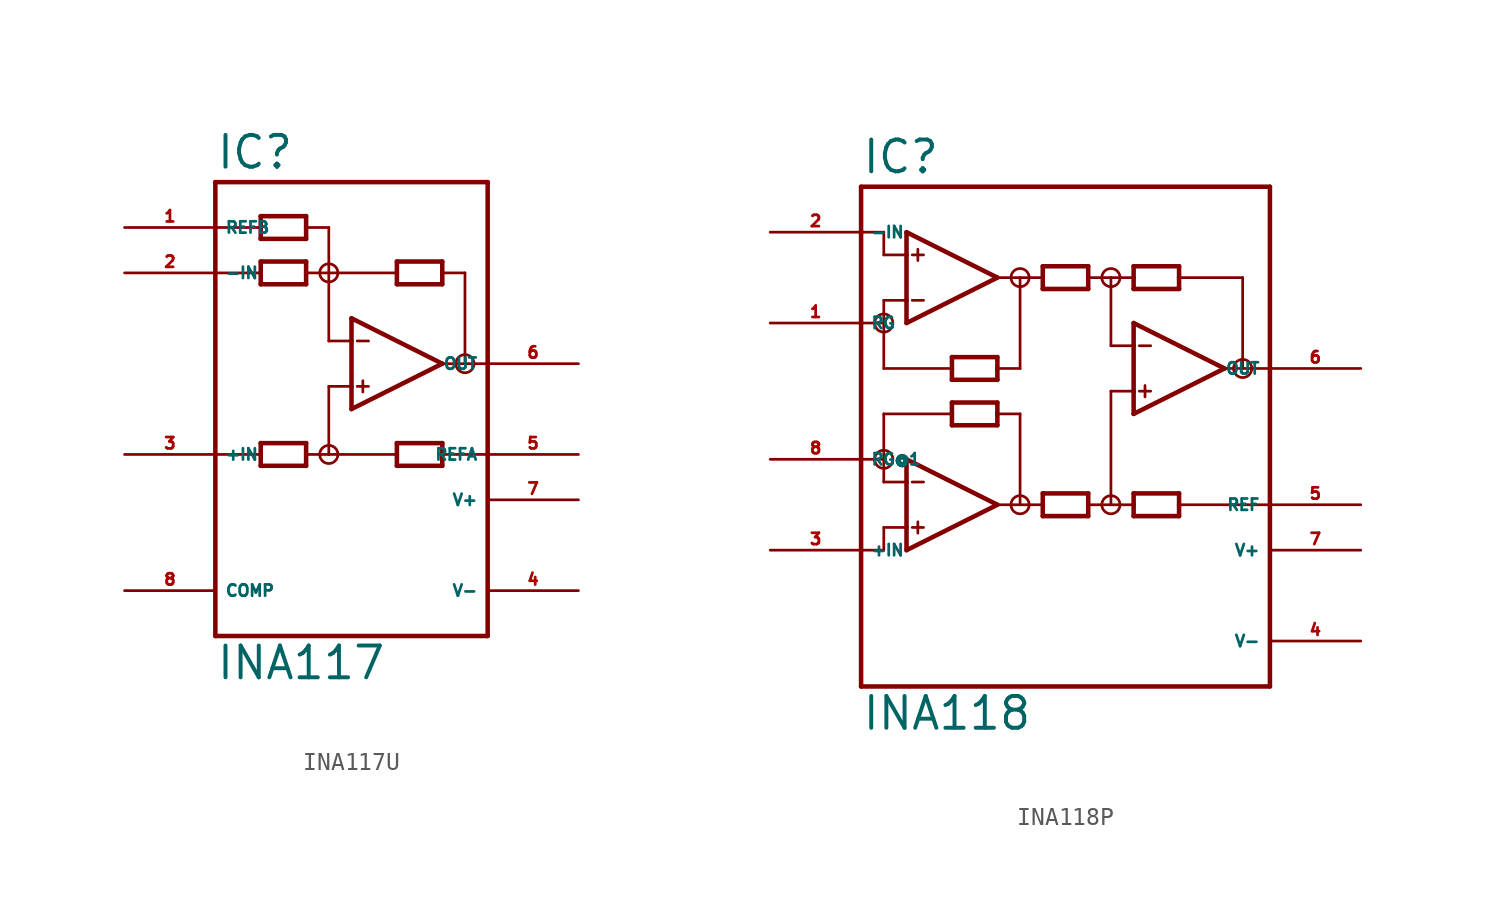
<source format=kicad_sym>
(kicad_symbol_lib
  (version 20220914)
  (generator Eagle2Kicad)
  (symbol "INA117U"
    (property "Reference" "IC"
      (at -7.62 10.795 0)
      (effects (font (size 1.778 1.778) (thickness 0.22)) (justify left bottom)))
    (property "Value" "INA117"
      (at -7.62 -17.78 0)
      (effects (font (size 1.778 1.778) (thickness 0.22)) (justify left bottom)))
    (polyline
      (pts (xy 0 -2.54) (xy 0 -1.27))
      (stroke (width 0.254) (type default))
      (fill (type none)))
    (polyline
      (pts (xy 0 -1.27) (xy 0 1.27))
      (stroke (width 0.254) (type default))
      (fill (type none)))
    (polyline
      (pts (xy 0 1.27) (xy 0 2.54))
      (stroke (width 0.254) (type default))
      (fill (type none)))
    (polyline
      (pts (xy 0 2.54) (xy 5.08 0))
      (stroke (width 0.254) (type default))
      (fill (type none)))
    (polyline
      (pts (xy 5.08 0) (xy 0 -2.54))
      (stroke (width 0.254) (type default))
      (fill (type none)))
    (polyline
      (pts (xy -2.54 4.445) (xy -2.54 5.08))
      (stroke (width 0.254) (type default))
      (fill (type none)))
    (polyline
      (pts (xy -2.54 5.08) (xy -2.54 5.715))
      (stroke (width 0.254) (type default))
      (fill (type none)))
    (polyline
      (pts (xy -2.54 5.715) (xy -5.08 5.715))
      (stroke (width 0.254) (type default))
      (fill (type none)))
    (polyline
      (pts (xy -5.08 5.715) (xy -5.08 5.08))
      (stroke (width 0.254) (type default))
      (fill (type none)))
    (polyline
      (pts (xy -5.08 5.08) (xy -5.08 4.445))
      (stroke (width 0.254) (type default))
      (fill (type none)))
    (polyline
      (pts (xy -5.08 4.445) (xy -2.54 4.445))
      (stroke (width 0.254) (type default))
      (fill (type none)))
    (polyline
      (pts (xy 2.54 4.445) (xy 2.54 5.08))
      (stroke (width 0.254) (type default))
      (fill (type none)))
    (polyline
      (pts (xy 2.54 5.08) (xy 2.54 5.715))
      (stroke (width 0.254) (type default))
      (fill (type none)))
    (polyline
      (pts (xy 2.54 5.715) (xy 5.08 5.715))
      (stroke (width 0.254) (type default))
      (fill (type none)))
    (polyline
      (pts (xy 5.08 5.715) (xy 5.08 5.08))
      (stroke (width 0.254) (type default))
      (fill (type none)))
    (polyline
      (pts (xy 5.08 5.08) (xy 5.08 4.445))
      (stroke (width 0.254) (type default))
      (fill (type none)))
    (polyline
      (pts (xy 5.08 4.445) (xy 2.54 4.445))
      (stroke (width 0.254) (type default))
      (fill (type none)))
    (polyline
      (pts (xy 0 1.27) (xy -1.27 1.27))
      (stroke (width 0.152) (type default))
      (fill (type none)))
    (polyline
      (pts (xy -2.54 -4.445) (xy -2.54 -5.08))
      (stroke (width 0.254) (type default))
      (fill (type none)))
    (polyline
      (pts (xy -2.54 -5.08) (xy -2.54 -5.715))
      (stroke (width 0.254) (type default))
      (fill (type none)))
    (polyline
      (pts (xy -2.54 -5.715) (xy -5.08 -5.715))
      (stroke (width 0.254) (type default))
      (fill (type none)))
    (polyline
      (pts (xy -5.08 -5.715) (xy -5.08 -5.08))
      (stroke (width 0.254) (type default))
      (fill (type none)))
    (polyline
      (pts (xy -5.08 -5.08) (xy -5.08 -4.445))
      (stroke (width 0.254) (type default))
      (fill (type none)))
    (polyline
      (pts (xy -5.08 -4.445) (xy -2.54 -4.445))
      (stroke (width 0.254) (type default))
      (fill (type none)))
    (polyline
      (pts (xy 2.54 -4.445) (xy 2.54 -5.08))
      (stroke (width 0.254) (type default))
      (fill (type none)))
    (polyline
      (pts (xy 2.54 -5.08) (xy 2.54 -5.715))
      (stroke (width 0.254) (type default))
      (fill (type none)))
    (polyline
      (pts (xy 2.54 -5.715) (xy 5.08 -5.715))
      (stroke (width 0.254) (type default))
      (fill (type none)))
    (polyline
      (pts (xy 5.08 -5.715) (xy 5.08 -5.08))
      (stroke (width 0.254) (type default))
      (fill (type none)))
    (polyline
      (pts (xy 5.08 -5.08) (xy 5.08 -4.445))
      (stroke (width 0.254) (type default))
      (fill (type none)))
    (polyline
      (pts (xy 5.08 -4.445) (xy 2.54 -4.445))
      (stroke (width 0.254) (type default))
      (fill (type none)))
    (polyline
      (pts (xy -1.27 1.27) (xy -1.27 5.08))
      (stroke (width 0.152) (type default))
      (fill (type none)))
    (polyline
      (pts (xy -1.27 5.08) (xy -2.54 5.08))
      (stroke (width 0.152) (type default))
      (fill (type none)))
    (polyline
      (pts (xy -1.27 5.08) (xy 2.54 5.08))
      (stroke (width 0.152) (type default))
      (fill (type none)))
    (polyline
      (pts (xy 0 -1.27) (xy -1.27 -1.27))
      (stroke (width 0.152) (type default))
      (fill (type none)))
    (polyline
      (pts (xy -1.27 -1.27) (xy -1.27 -5.08))
      (stroke (width 0.152) (type default))
      (fill (type none)))
    (polyline
      (pts (xy -1.27 -5.08) (xy -2.54 -5.08))
      (stroke (width 0.152) (type default))
      (fill (type none)))
    (polyline
      (pts (xy -1.27 -5.08) (xy 2.54 -5.08))
      (stroke (width 0.152) (type default))
      (fill (type none)))
    (polyline
      (pts (xy 0.318 1.27) (xy 0.953 1.27))
      (stroke (width 0.152) (type default))
      (fill (type none)))
    (polyline
      (pts (xy 0.318 -1.27) (xy 0.953 -1.27))
      (stroke (width 0.152) (type default))
      (fill (type none)))
    (polyline
      (pts (xy 0.635 -0.953) (xy 0.635 -1.587))
      (stroke (width 0.152) (type default))
      (fill (type none)))
    (polyline
      (pts (xy -7.62 5.08) (xy -5.08 5.08))
      (stroke (width 0.152) (type default))
      (fill (type none)))
    (polyline
      (pts (xy 6.35 5.08) (xy 5.08 5.08))
      (stroke (width 0.152) (type default))
      (fill (type none)))
    (polyline
      (pts (xy 5.08 0) (xy 6.35 0))
      (stroke (width 0.152) (type default))
      (fill (type none)))
    (polyline
      (pts (xy 6.35 0) (xy 7.62 0))
      (stroke (width 0.152) (type default))
      (fill (type none)))
    (polyline
      (pts (xy 7.62 -5.08) (xy 5.08 -5.08))
      (stroke (width 0.152) (type default))
      (fill (type none)))
    (polyline
      (pts (xy -7.62 -5.08) (xy -5.08 -5.08))
      (stroke (width 0.152) (type default))
      (fill (type none)))
    (polyline
      (pts (xy -7.62 -15.24) (xy 7.62 -15.24))
      (stroke (width 0.254) (type default))
      (fill (type none)))
    (polyline
      (pts (xy 7.62 -15.24) (xy 7.62 10.16))
      (stroke (width 0.254) (type default))
      (fill (type none)))
    (polyline
      (pts (xy 7.62 10.16) (xy -7.62 10.16))
      (stroke (width 0.254) (type default))
      (fill (type none)))
    (polyline
      (pts (xy -7.62 10.16) (xy -7.62 7.62))
      (stroke (width 0.254) (type default))
      (fill (type none)))
    (polyline
      (pts (xy -7.62 7.62) (xy -7.62 -15.24))
      (stroke (width 0.254) (type default))
      (fill (type none)))
    (polyline
      (pts (xy -2.54 6.985) (xy -2.54 7.62))
      (stroke (width 0.254) (type default))
      (fill (type none)))
    (polyline
      (pts (xy -2.54 7.62) (xy -2.54 8.255))
      (stroke (width 0.254) (type default))
      (fill (type none)))
    (polyline
      (pts (xy -2.54 8.255) (xy -5.08 8.255))
      (stroke (width 0.254) (type default))
      (fill (type none)))
    (polyline
      (pts (xy -5.08 8.255) (xy -5.08 7.62))
      (stroke (width 0.254) (type default))
      (fill (type none)))
    (polyline
      (pts (xy -5.08 7.62) (xy -5.08 6.985))
      (stroke (width 0.254) (type default))
      (fill (type none)))
    (polyline
      (pts (xy -5.08 6.985) (xy -2.54 6.985))
      (stroke (width 0.254) (type default))
      (fill (type none)))
    (polyline
      (pts (xy -1.27 7.62) (xy -2.54 7.62))
      (stroke (width 0.152) (type default))
      (fill (type none)))
    (polyline
      (pts (xy -7.62 7.62) (xy -5.08 7.62))
      (stroke (width 0.152) (type default))
      (fill (type none)))
    (polyline
      (pts (xy 6.35 5.08) (xy 6.35 0))
      (stroke (width 0.152) (type default))
      (fill (type none)))
    (polyline
      (pts (xy -1.27 7.62) (xy -1.27 5.08))
      (stroke (width 0.152) (type default))
      (fill (type none)))
    (circle
      (center -1.27 -5.08)
      (radius 0.508)
      (stroke (width 0) (type default))
      (fill (type none)))
    (circle
      (center -1.27 5.08)
      (radius 0.508)
      (stroke (width 0) (type default))
      (fill (type none)))
    (circle
      (center 6.35 0)
      (radius 0.508)
      (stroke (width 0) (type default))
      (fill (type none)))
    (pin input line
      (at -12.7 5.08 0)
      (length 5.08)
      (name "-IN" (effects (font (size 0.635 0.635) (thickness 0.08)) (justify left bottom)))
      (number "2" (effects (font (size 0.635 0.635) (thickness 0.08)) (justify left bottom))))
    (pin input line
      (at -12.7 -5.08 0)
      (length 5.08)
      (name "+IN" (effects (font (size 0.635 0.635) (thickness 0.08)) (justify left bottom)))
      (number "3" (effects (font (size 0.635 0.635) (thickness 0.08)) (justify left bottom))))
    (pin output line
      (at 12.7 0 180)
      (length 5.08)
      (name "OUT" (effects (font (size 0.635 0.635) (thickness 0.08)) (justify left bottom)))
      (number "6" (effects (font (size 0.635 0.635) (thickness 0.08)) (justify left bottom))))
    (pin unspecified line
      (at 12.7 -7.62 180)
      (length 5.08)
      (name "V+" (effects (font (size 0.635 0.635) (thickness 0.08)) (justify left bottom)))
      (number "7" (effects (font (size 0.635 0.635) (thickness 0.08)) (justify left bottom))))
    (pin unspecified line
      (at 12.7 -12.7 180)
      (length 5.08)
      (name "V-" (effects (font (size 0.635 0.635) (thickness 0.08)) (justify left bottom)))
      (number "4" (effects (font (size 0.635 0.635) (thickness 0.08)) (justify left bottom))))
    (pin passive line
      (at -12.7 -12.7 0)
      (length 5.08)
      (name "COMP" (effects (font (size 0.635 0.635) (thickness 0.08)) (justify left bottom)))
      (number "8" (effects (font (size 0.635 0.635) (thickness 0.08)) (justify left bottom))))
    (pin input line
      (at 12.7 -5.08 180)
      (length 5.08)
      (name "REFA" (effects (font (size 0.635 0.635) (thickness 0.08)) (justify left bottom)))
      (number "5" (effects (font (size 0.635 0.635) (thickness 0.08)) (justify left bottom))))
    (pin input line
      (at -12.7 7.62 0)
      (length 5.08)
      (name "REFB" (effects (font (size 0.635 0.635) (thickness 0.08)) (justify left bottom)))
      (number "1" (effects (font (size 0.635 0.635) (thickness 0.08)) (justify left bottom)))))
  (symbol "INA118P"
    (property "Reference" "IC"
      (at -12.7 15.875 0)
      (effects (font (size 1.778 1.778) (thickness 0.22)) (justify left bottom)))
    (property "Value" "INA118"
      (at -12.7 -15.24 0)
      (effects (font (size 1.778 1.778) (thickness 0.22)) (justify left bottom)))
    (polyline
      (pts (xy -10.16 7.62) (xy -10.16 8.89))
      (stroke (width 0.254) (type default))
      (fill (type none)))
    (polyline
      (pts (xy -10.16 8.89) (xy -10.16 11.43))
      (stroke (width 0.254) (type default))
      (fill (type none)))
    (polyline
      (pts (xy -10.16 11.43) (xy -10.16 12.7))
      (stroke (width 0.254) (type default))
      (fill (type none)))
    (polyline
      (pts (xy -10.16 12.7) (xy -5.08 10.16))
      (stroke (width 0.254) (type default))
      (fill (type none)))
    (polyline
      (pts (xy -5.08 10.16) (xy -10.16 7.62))
      (stroke (width 0.254) (type default))
      (fill (type none)))
    (polyline
      (pts (xy -5.08 4.445) (xy -5.08 5.08))
      (stroke (width 0.254) (type default))
      (fill (type none)))
    (polyline
      (pts (xy -5.08 5.08) (xy -5.08 5.715))
      (stroke (width 0.254) (type default))
      (fill (type none)))
    (polyline
      (pts (xy -5.08 5.715) (xy -7.62 5.715))
      (stroke (width 0.254) (type default))
      (fill (type none)))
    (polyline
      (pts (xy -7.62 5.715) (xy -7.62 5.08))
      (stroke (width 0.254) (type default))
      (fill (type none)))
    (polyline
      (pts (xy -7.62 5.08) (xy -7.62 4.445))
      (stroke (width 0.254) (type default))
      (fill (type none)))
    (polyline
      (pts (xy -7.62 4.445) (xy -5.08 4.445))
      (stroke (width 0.254) (type default))
      (fill (type none)))
    (polyline
      (pts (xy -2.54 9.525) (xy -2.54 10.16))
      (stroke (width 0.254) (type default))
      (fill (type none)))
    (polyline
      (pts (xy -2.54 10.16) (xy -2.54 10.795))
      (stroke (width 0.254) (type default))
      (fill (type none)))
    (polyline
      (pts (xy -2.54 10.795) (xy 0 10.795))
      (stroke (width 0.254) (type default))
      (fill (type none)))
    (polyline
      (pts (xy 0 10.795) (xy 0 10.16))
      (stroke (width 0.254) (type default))
      (fill (type none)))
    (polyline
      (pts (xy 0 10.16) (xy 0 9.525))
      (stroke (width 0.254) (type default))
      (fill (type none)))
    (polyline
      (pts (xy 0 9.525) (xy -2.54 9.525))
      (stroke (width 0.254) (type default))
      (fill (type none)))
    (polyline
      (pts (xy -10.16 11.43) (xy -11.43 11.43))
      (stroke (width 0.152) (type default))
      (fill (type none)))
    (polyline
      (pts (xy 5.08 10.795) (xy 5.08 10.16))
      (stroke (width 0.254) (type default))
      (fill (type none)))
    (polyline
      (pts (xy 5.08 10.16) (xy 5.08 9.525))
      (stroke (width 0.254) (type default))
      (fill (type none)))
    (polyline
      (pts (xy 5.08 9.525) (xy 2.54 9.525))
      (stroke (width 0.254) (type default))
      (fill (type none)))
    (polyline
      (pts (xy 2.54 9.525) (xy 2.54 10.16))
      (stroke (width 0.254) (type default))
      (fill (type none)))
    (polyline
      (pts (xy 2.54 10.16) (xy 2.54 10.795))
      (stroke (width 0.254) (type default))
      (fill (type none)))
    (polyline
      (pts (xy 2.54 10.795) (xy 5.08 10.795))
      (stroke (width 0.254) (type default))
      (fill (type none)))
    (polyline
      (pts (xy 2.54 -1.905) (xy 2.54 -2.54))
      (stroke (width 0.254) (type default))
      (fill (type none)))
    (polyline
      (pts (xy 2.54 -2.54) (xy 2.54 -3.175))
      (stroke (width 0.254) (type default))
      (fill (type none)))
    (polyline
      (pts (xy 2.54 -3.175) (xy 5.08 -3.175))
      (stroke (width 0.254) (type default))
      (fill (type none)))
    (polyline
      (pts (xy 5.08 -3.175) (xy 5.08 -2.54))
      (stroke (width 0.254) (type default))
      (fill (type none)))
    (polyline
      (pts (xy 5.08 -2.54) (xy 5.08 -1.905))
      (stroke (width 0.254) (type default))
      (fill (type none)))
    (polyline
      (pts (xy 5.08 -1.905) (xy 2.54 -1.905))
      (stroke (width 0.254) (type default))
      (fill (type none)))
    (polyline
      (pts (xy -10.16 8.89) (xy -11.43 8.89))
      (stroke (width 0.152) (type default))
      (fill (type none)))
    (polyline
      (pts (xy -9.842 11.43) (xy -9.207 11.43))
      (stroke (width 0.152) (type default))
      (fill (type none)))
    (polyline
      (pts (xy -9.842 8.89) (xy -9.207 8.89))
      (stroke (width 0.152) (type default))
      (fill (type none)))
    (polyline
      (pts (xy -9.525 11.748) (xy -9.525 11.113))
      (stroke (width 0.152) (type default))
      (fill (type none)))
    (polyline
      (pts (xy -12.7 -12.7) (xy 10.16 -12.7))
      (stroke (width 0.254) (type default))
      (fill (type none)))
    (polyline
      (pts (xy 10.16 -12.7) (xy 10.16 -2.54))
      (stroke (width 0.254) (type default))
      (fill (type none)))
    (polyline
      (pts (xy 10.16 -2.54) (xy 10.16 5.08))
      (stroke (width 0.254) (type default))
      (fill (type none)))
    (polyline
      (pts (xy 10.16 5.08) (xy 10.16 15.24))
      (stroke (width 0.254) (type default))
      (fill (type none)))
    (polyline
      (pts (xy 10.16 15.24) (xy -12.7 15.24))
      (stroke (width 0.254) (type default))
      (fill (type none)))
    (polyline
      (pts (xy -12.7 15.24) (xy -12.7 12.7))
      (stroke (width 0.254) (type default))
      (fill (type none)))
    (polyline
      (pts (xy -12.7 12.7) (xy -12.7 7.62))
      (stroke (width 0.254) (type default))
      (fill (type none)))
    (polyline
      (pts (xy -12.7 7.62) (xy -12.7 0))
      (stroke (width 0.254) (type default))
      (fill (type none)))
    (polyline
      (pts (xy -12.7 0) (xy -12.7 -5.08))
      (stroke (width 0.254) (type default))
      (fill (type none)))
    (polyline
      (pts (xy -12.7 -5.08) (xy -12.7 -12.7))
      (stroke (width 0.254) (type default))
      (fill (type none)))
    (polyline
      (pts (xy -10.16 -5.08) (xy -10.16 -3.81))
      (stroke (width 0.254) (type default))
      (fill (type none)))
    (polyline
      (pts (xy -10.16 -3.81) (xy -10.16 -1.27))
      (stroke (width 0.254) (type default))
      (fill (type none)))
    (polyline
      (pts (xy -10.16 -1.27) (xy -10.16 0))
      (stroke (width 0.254) (type default))
      (fill (type none)))
    (polyline
      (pts (xy -10.16 0) (xy -5.08 -2.54))
      (stroke (width 0.254) (type default))
      (fill (type none)))
    (polyline
      (pts (xy -5.08 -2.54) (xy -10.16 -5.08))
      (stroke (width 0.254) (type default))
      (fill (type none)))
    (polyline
      (pts (xy 0 -3.175) (xy 0 -2.54))
      (stroke (width 0.254) (type default))
      (fill (type none)))
    (polyline
      (pts (xy 0 -2.54) (xy 0 -1.905))
      (stroke (width 0.254) (type default))
      (fill (type none)))
    (polyline
      (pts (xy 0 -1.905) (xy -2.54 -1.905))
      (stroke (width 0.254) (type default))
      (fill (type none)))
    (polyline
      (pts (xy -2.54 -1.905) (xy -2.54 -2.54))
      (stroke (width 0.254) (type default))
      (fill (type none)))
    (polyline
      (pts (xy -2.54 -2.54) (xy -2.54 -3.175))
      (stroke (width 0.254) (type default))
      (fill (type none)))
    (polyline
      (pts (xy -2.54 -3.175) (xy 0 -3.175))
      (stroke (width 0.254) (type default))
      (fill (type none)))
    (polyline
      (pts (xy -7.62 1.905) (xy -7.62 2.54))
      (stroke (width 0.254) (type default))
      (fill (type none)))
    (polyline
      (pts (xy -7.62 2.54) (xy -7.62 3.175))
      (stroke (width 0.254) (type default))
      (fill (type none)))
    (polyline
      (pts (xy -7.62 3.175) (xy -5.08 3.175))
      (stroke (width 0.254) (type default))
      (fill (type none)))
    (polyline
      (pts (xy -5.08 3.175) (xy -5.08 2.54))
      (stroke (width 0.254) (type default))
      (fill (type none)))
    (polyline
      (pts (xy -5.08 2.54) (xy -5.08 1.905))
      (stroke (width 0.254) (type default))
      (fill (type none)))
    (polyline
      (pts (xy -5.08 1.905) (xy -7.62 1.905))
      (stroke (width 0.254) (type default))
      (fill (type none)))
    (polyline
      (pts (xy -10.16 -1.27) (xy -11.43 -1.27))
      (stroke (width 0.152) (type default))
      (fill (type none)))
    (polyline
      (pts (xy -10.16 -3.81) (xy -11.43 -3.81))
      (stroke (width 0.152) (type default))
      (fill (type none)))
    (polyline
      (pts (xy -9.842 -1.27) (xy -9.207 -1.27))
      (stroke (width 0.152) (type default))
      (fill (type none)))
    (polyline
      (pts (xy -9.842 -3.81) (xy -9.207 -3.81))
      (stroke (width 0.152) (type default))
      (fill (type none)))
    (polyline
      (pts (xy -9.525 -3.493) (xy -9.525 -4.128))
      (stroke (width 0.152) (type default))
      (fill (type none)))
    (polyline
      (pts (xy -11.43 11.43) (xy -11.43 12.7))
      (stroke (width 0.152) (type default))
      (fill (type none)))
    (polyline
      (pts (xy -11.43 12.7) (xy -12.7 12.7))
      (stroke (width 0.152) (type default))
      (fill (type none)))
    (polyline
      (pts (xy -11.43 8.89) (xy -11.43 7.62))
      (stroke (width 0.152) (type default))
      (fill (type none)))
    (polyline
      (pts (xy -11.43 7.62) (xy -12.7 7.62))
      (stroke (width 0.152) (type default))
      (fill (type none)))
    (polyline
      (pts (xy 2.54 2.54) (xy 2.54 3.81))
      (stroke (width 0.254) (type default))
      (fill (type none)))
    (polyline
      (pts (xy 2.54 3.81) (xy 2.54 6.35))
      (stroke (width 0.254) (type default))
      (fill (type none)))
    (polyline
      (pts (xy 2.54 6.35) (xy 2.54 7.62))
      (stroke (width 0.254) (type default))
      (fill (type none)))
    (polyline
      (pts (xy 2.54 7.62) (xy 7.62 5.08))
      (stroke (width 0.254) (type default))
      (fill (type none)))
    (polyline
      (pts (xy 7.62 5.08) (xy 2.54 2.54))
      (stroke (width 0.254) (type default))
      (fill (type none)))
    (polyline
      (pts (xy 2.54 3.81) (xy 1.27 3.81))
      (stroke (width 0.152) (type default))
      (fill (type none)))
    (polyline
      (pts (xy 2.857 6.35) (xy 3.493 6.35))
      (stroke (width 0.152) (type default))
      (fill (type none)))
    (polyline
      (pts (xy 2.857 3.81) (xy 3.493 3.81))
      (stroke (width 0.152) (type default))
      (fill (type none)))
    (polyline
      (pts (xy 3.175 4.128) (xy 3.175 3.493))
      (stroke (width 0.152) (type default))
      (fill (type none)))
    (polyline
      (pts (xy -5.08 10.16) (xy -3.81 10.16))
      (stroke (width 0.152) (type default))
      (fill (type none)))
    (polyline
      (pts (xy -3.81 10.16) (xy -2.54 10.16))
      (stroke (width 0.152) (type default))
      (fill (type none)))
    (polyline
      (pts (xy 0 10.16) (xy 1.27 10.16))
      (stroke (width 0.152) (type default))
      (fill (type none)))
    (polyline
      (pts (xy 1.27 10.16) (xy 2.54 10.16))
      (stroke (width 0.152) (type default))
      (fill (type none)))
    (polyline
      (pts (xy 7.62 5.08) (xy 8.636 5.08))
      (stroke (width 0.152) (type default))
      (fill (type none)))
    (polyline
      (pts (xy 8.636 5.08) (xy 8.636 10.16))
      (stroke (width 0.152) (type default))
      (fill (type none)))
    (polyline
      (pts (xy 8.636 10.16) (xy 5.08 10.16))
      (stroke (width 0.152) (type default))
      (fill (type none)))
    (polyline
      (pts (xy 8.636 5.08) (xy 10.16 5.08))
      (stroke (width 0.152) (type default))
      (fill (type none)))
    (polyline
      (pts (xy -11.43 7.62) (xy -11.43 5.08))
      (stroke (width 0.152) (type default))
      (fill (type none)))
    (polyline
      (pts (xy -11.43 5.08) (xy -7.62 5.08))
      (stroke (width 0.152) (type default))
      (fill (type none)))
    (polyline
      (pts (xy -3.81 10.16) (xy -3.81 5.08))
      (stroke (width 0.152) (type default))
      (fill (type none)))
    (polyline
      (pts (xy -3.81 5.08) (xy -5.08 5.08))
      (stroke (width 0.152) (type default))
      (fill (type none)))
    (polyline
      (pts (xy 1.27 10.16) (xy 1.27 6.35))
      (stroke (width 0.152) (type default))
      (fill (type none)))
    (polyline
      (pts (xy 1.27 6.35) (xy 2.54 6.35))
      (stroke (width 0.152) (type default))
      (fill (type none)))
    (polyline
      (pts (xy -7.62 2.54) (xy -11.43 2.54))
      (stroke (width 0.152) (type default))
      (fill (type none)))
    (polyline
      (pts (xy -11.43 2.54) (xy -11.43 0))
      (stroke (width 0.152) (type default))
      (fill (type none)))
    (polyline
      (pts (xy -11.43 0) (xy -11.43 -1.27))
      (stroke (width 0.152) (type default))
      (fill (type none)))
    (polyline
      (pts (xy -5.08 2.54) (xy -3.81 2.54))
      (stroke (width 0.152) (type default))
      (fill (type none)))
    (polyline
      (pts (xy -3.81 2.54) (xy -3.81 -2.54))
      (stroke (width 0.152) (type default))
      (fill (type none)))
    (polyline
      (pts (xy -3.81 -2.54) (xy -5.08 -2.54))
      (stroke (width 0.152) (type default))
      (fill (type none)))
    (polyline
      (pts (xy -3.81 -2.54) (xy -2.54 -2.54))
      (stroke (width 0.152) (type default))
      (fill (type none)))
    (polyline
      (pts (xy 0 -2.54) (xy 1.27 -2.54))
      (stroke (width 0.152) (type default))
      (fill (type none)))
    (polyline
      (pts (xy 1.27 -2.54) (xy 2.54 -2.54))
      (stroke (width 0.152) (type default))
      (fill (type none)))
    (polyline
      (pts (xy -11.43 -3.81) (xy -11.43 -5.08))
      (stroke (width 0.152) (type default))
      (fill (type none)))
    (polyline
      (pts (xy -11.43 -5.08) (xy -12.7 -5.08))
      (stroke (width 0.152) (type default))
      (fill (type none)))
    (polyline
      (pts (xy -12.7 0) (xy -11.43 0))
      (stroke (width 0.152) (type default))
      (fill (type none)))
    (polyline
      (pts (xy 1.27 3.81) (xy 1.27 -2.54))
      (stroke (width 0.152) (type default))
      (fill (type none)))
    (polyline
      (pts (xy 5.08 -2.54) (xy 10.16 -2.54))
      (stroke (width 0.152) (type default))
      (fill (type none)))
    (circle
      (center -11.43 7.62)
      (radius 0.508)
      (stroke (width 0) (type default))
      (fill (type none)))
    (circle
      (center -11.43 0)
      (radius 0.508)
      (stroke (width 0) (type default))
      (fill (type none)))
    (circle
      (center -3.81 -2.54)
      (radius 0.508)
      (stroke (width 0) (type default))
      (fill (type none)))
    (circle
      (center 1.27 -2.54)
      (radius 0.508)
      (stroke (width 0) (type default))
      (fill (type none)))
    (circle
      (center -3.81 10.16)
      (radius 0.508)
      (stroke (width 0) (type default))
      (fill (type none)))
    (circle
      (center 1.27 10.16)
      (radius 0.508)
      (stroke (width 0) (type default))
      (fill (type none)))
    (circle
      (center 8.636 5.08)
      (radius 0.508)
      (stroke (width 0) (type default))
      (fill (type none)))
    (pin input line
      (at -17.78 12.7 0)
      (length 5.08)
      (name "-IN" (effects (font (size 0.635 0.635) (thickness 0.08)) (justify left bottom)))
      (number "2" (effects (font (size 0.635 0.635) (thickness 0.08)) (justify left bottom))))
    (pin passive line
      (at -17.78 7.62 0)
      (length 5.08)
      (name "RG" (effects (font (size 0.635 0.635) (thickness 0.08)) (justify left bottom)))
      (number "1" (effects (font (size 0.635 0.635) (thickness 0.08)) (justify left bottom))))
    (pin output line
      (at 15.24 5.08 180)
      (length 5.08)
      (name "OUT" (effects (font (size 0.635 0.635) (thickness 0.08)) (justify left bottom)))
      (number "6" (effects (font (size 0.635 0.635) (thickness 0.08)) (justify left bottom))))
    (pin unspecified line
      (at 15.24 -5.08 180)
      (length 5.08)
      (name "V+" (effects (font (size 0.635 0.635) (thickness 0.08)) (justify left bottom)))
      (number "7" (effects (font (size 0.635 0.635) (thickness 0.08)) (justify left bottom))))
    (pin unspecified line
      (at 15.24 -10.16 180)
      (length 5.08)
      (name "V-" (effects (font (size 0.635 0.635) (thickness 0.08)) (justify left bottom)))
      (number "4" (effects (font (size 0.635 0.635) (thickness 0.08)) (justify left bottom))))
    (pin passive line
      (at -17.78 0 0)
      (length 5.08)
      (name "RG@1" (effects (font (size 0.635 0.635) (thickness 0.08)) (justify left bottom)))
      (number "8" (effects (font (size 0.635 0.635) (thickness 0.08)) (justify left bottom))))
    (pin input line
      (at -17.78 -5.08 0)
      (length 5.08)
      (name "+IN" (effects (font (size 0.635 0.635) (thickness 0.08)) (justify left bottom)))
      (number "3" (effects (font (size 0.635 0.635) (thickness 0.08)) (justify left bottom))))
    (pin passive line
      (at 15.24 -2.54 180)
      (length 5.08)
      (name "REF" (effects (font (size 0.635 0.635) (thickness 0.08)) (justify left bottom)))
      (number "5" (effects (font (size 0.635 0.635) (thickness 0.08)) (justify left bottom))))))
</source>
